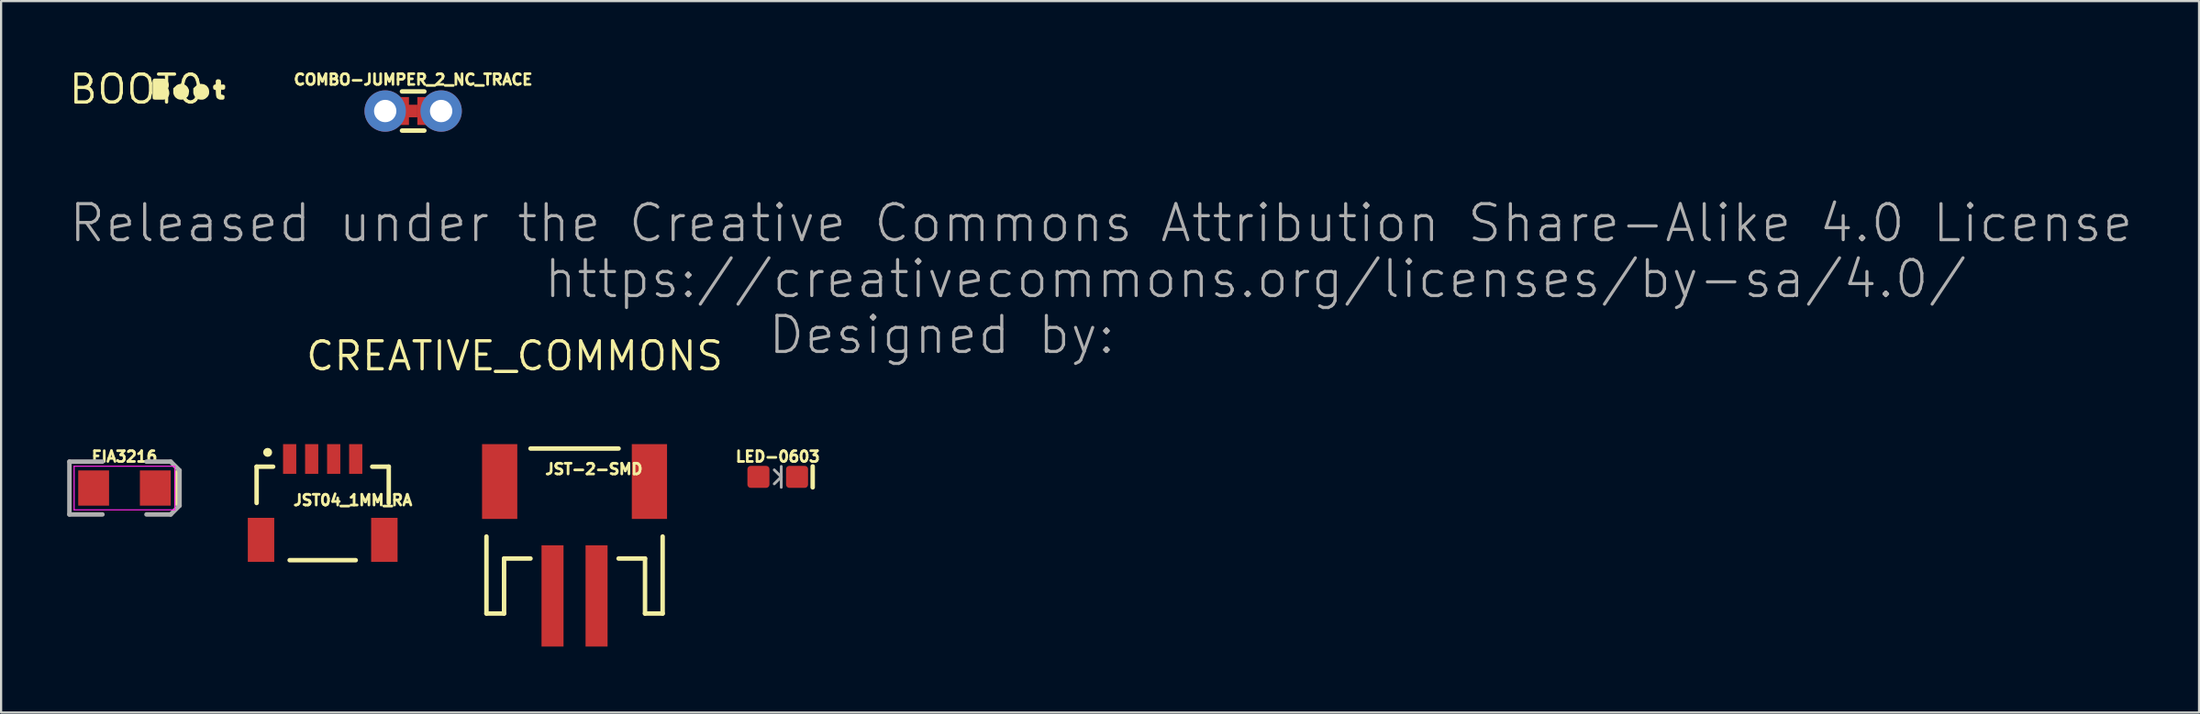
<source format=kicad_pcb>
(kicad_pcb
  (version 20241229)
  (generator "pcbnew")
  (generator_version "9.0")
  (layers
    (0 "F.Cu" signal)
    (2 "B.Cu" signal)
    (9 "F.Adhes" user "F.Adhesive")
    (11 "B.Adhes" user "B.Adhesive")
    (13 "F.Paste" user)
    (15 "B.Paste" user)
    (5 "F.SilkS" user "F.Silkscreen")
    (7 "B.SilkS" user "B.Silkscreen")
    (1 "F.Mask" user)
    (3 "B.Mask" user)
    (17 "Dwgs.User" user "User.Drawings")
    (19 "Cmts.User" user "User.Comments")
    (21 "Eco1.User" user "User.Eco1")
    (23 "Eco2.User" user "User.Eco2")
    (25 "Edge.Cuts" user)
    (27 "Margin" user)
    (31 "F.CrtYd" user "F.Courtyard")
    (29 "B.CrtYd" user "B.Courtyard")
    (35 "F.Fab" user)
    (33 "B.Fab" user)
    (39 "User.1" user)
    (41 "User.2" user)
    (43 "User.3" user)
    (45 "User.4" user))
  (footprint "JST04_1MM_RA"
    (layer "F.Cu")
    (at 11.603 17.811)
    (property "Reference" "JST04_1MM_RA" (at -1.397 2.159 0) (layer "F.SilkS") (effects (font (size 0.488 0.488) (thickness 0.122)) (justify left bottom)))
    (fp_line (start -3 0.35) (end -2.25 0.35) (stroke (width 0.203) (type solid)) (layer "F.SilkS"))
    (fp_line (start -3 2) (end -3 0.35) (stroke (width 0.203) (type solid)) (layer "F.SilkS"))
    (fp_line (start -1.5 4.6) (end 1.5 4.6) (stroke (width 0.203) (type solid)) (layer "F.SilkS"))
    (fp_line (start 2.25 0.35) (end 3 0.35) (stroke (width 0.203) (type solid)) (layer "F.SilkS"))
    (fp_line (start 3 0.35) (end 3 2) (stroke (width 0.203) (type solid)) (layer "F.SilkS"))
    (fp_circle (center -2.5 -0.3) (end -2.398 -0.3) (stroke (width 0.203) (type solid)) (fill no) (layer "F.SilkS"))
    (pad "1" smd rect (at -1.5 0) (size 0.6 1.35) (layers "F.Cu" "F.Mask" "F.Paste"))
    (pad "2" smd rect (at -0.5 0) (size 0.6 1.35) (layers "F.Cu" "F.Mask" "F.Paste"))
    (pad "3" smd rect (at 0.5 0) (size 0.6 1.35) (layers "F.Cu" "F.Mask" "F.Paste"))
    (pad "4" smd rect (at 1.5 0) (size 0.6 1.35) (layers "F.Cu" "F.Mask" "F.Paste"))
    (pad "NC1" smd rect (at 2.8 3.675) (size 1.2 2) (layers "F.Cu" "F.Mask" "F.Paste"))
    (pad "NC2" smd rect (at -2.8 3.675) (size 1.2 2) (layers "F.Cu" "F.Mask" "F.Paste")))
  (footprint "COMBO-JUMPER_2_NC_TRACE"
    (layer "F.Cu")
    (at 15.711 1.996)
    (property "Reference" "COMBO-JUMPER_2_NC_TRACE" (at 0 -1.143 0) (layer "F.SilkS") (effects (font (size 0.488 0.488) (thickness 0.122)) (justify bottom)))
    (fp_poly (pts (xy 0.191 0.286) (xy -0.705 0.286) (xy -0.705 -0.286) (xy 0.191 -0.286)) (stroke (width 0) (type solid)) (fill yes) (layer "F.Cu"))
    (fp_poly (pts (xy 0.254 0.343) (xy -0.254 0.343) (xy -0.254 -0.343) (xy 0.254 -0.343)) (stroke (width 0) (type solid)) (fill yes) (layer "F.Mask"))
    (fp_line (start 0.508 -0.889) (end -0.508 -0.889) (stroke (width 0.203) (type solid)) (layer "F.SilkS"))
    (fp_line (start 0.508 0.889) (end -0.508 0.889) (stroke (width 0.203) (type solid)) (layer "F.SilkS"))
    (fp_poly (pts (xy -1.524 0.254) (xy -1.016 0.254) (xy -1.016 -0.254) (xy -1.524 -0.254)) (stroke (width 0.1) (type solid)) (fill no) (layer "F.Fab"))
    (fp_poly (pts (xy 1.016 0.254) (xy 1.524 0.254) (xy 1.524 -0.254) (xy 1.016 -0.254)) (stroke (width 0.1) (type solid)) (fill no) (layer "F.Fab"))
    (pad "1" smd rect (at -0.508 0) (size 0.635 1.27) (layers "F.Cu" "F.Mask"))
    (pad "2" smd rect (at 0.508 0) (size 0.635 1.27) (layers "F.Cu" "F.Mask"))
    (pad "3" thru_hole circle (at -1.27 0 90) (size 1.88 1.88) (drill 1.016) (layers "*.Cu" "*.Mask"))
    (pad "4" thru_hole circle (at 1.27 0 90) (size 1.88 1.88) (drill 1.016) (layers "*.Cu" "*.Mask")))
  (footprint "JST-2-SMD"
    (layer "F.Cu")
    (at 23.039 20.336)
    (property "Reference" "JST-2-SMD" (at -1.397 -1.778 0) (layer "F.SilkS") (effects (font (size 0.488 0.488) (thickness 0.122)) (justify left bottom)))
    (fp_line (start -4 1) (end -4 4.5) (stroke (width 0.203) (type solid)) (layer "F.SilkS"))
    (fp_line (start -4 4.5) (end -3.2 4.5) (stroke (width 0.203) (type solid)) (layer "F.SilkS"))
    (fp_line (start -3.2 2) (end -2 2) (stroke (width 0.203) (type solid)) (layer "F.SilkS"))
    (fp_line (start -3.2 4.5) (end -3.2 2) (stroke (width 0.203) (type solid)) (layer "F.SilkS"))
    (fp_line (start 2 -3) (end -2 -3) (stroke (width 0.203) (type solid)) (layer "F.SilkS"))
    (fp_line (start 2 2) (end 3.2 2) (stroke (width 0.203) (type solid)) (layer "F.SilkS"))
    (fp_line (start 3.2 2) (end 3.2 4.5) (stroke (width 0.203) (type solid)) (layer "F.SilkS"))
    (fp_line (start 3.2 4.5) (end 4 4.5) (stroke (width 0.203) (type solid)) (layer "F.SilkS"))
    (fp_line (start 4 4.5) (end 4 1) (stroke (width 0.203) (type solid)) (layer "F.SilkS"))
    (pad "1" smd rect (at -1 3.7) (size 1 4.6) (layers "F.Cu" "F.Mask" "F.Paste"))
    (pad "2" smd rect (at 1 3.7) (size 1 4.6) (layers "F.Cu" "F.Mask" "F.Paste"))
    (pad "NC1" smd rect (at -3.4 -1.5 90) (size 3.4 1.6) (layers "F.Cu" "F.Mask" "F.Paste"))
    (pad "NC2" smd rect (at 3.4 -1.5 90) (size 3.4 1.6) (layers "F.Cu" "F.Mask" "F.Paste")))
  (footprint "LED-0603"
    (layer "F.Cu")
    (at 32.266 18.624)
    (property "Reference" "LED-0603" (at 0 -0.635 0) (layer "F.SilkS") (effects (font (size 0.488 0.488) (thickness 0.122)) (justify bottom)))
    (fp_line (start 1.587 -0.476) (end 1.587 0.476) (stroke (width 0.203) (type solid)) (layer "F.SilkS"))
    (fp_line (start 0.159 -0.476) (end 0.159 0) (stroke (width 0.127) (type solid)) (layer "F.Fab"))
    (fp_line (start 0.159 0) (end -0.159 -0.318) (stroke (width 0.127) (type solid)) (layer "F.Fab"))
    (fp_line (start 0.159 0) (end -0.159 0.318) (stroke (width 0.127) (type solid)) (layer "F.Fab"))
    (fp_line (start 0.159 0) (end 0.159 0.476) (stroke (width 0.127) (type solid)) (layer "F.Fab"))
    (pad "A" smd roundrect (at -0.877 0 270) (size 1 1) (layers "F.Cu" "F.Mask" "F.Paste") (roundrect_rratio 0.15))
    (pad "C" smd roundrect (at 0.877 0 270) (size 1 1) (layers "F.Cu" "F.Mask" "F.Paste") (roundrect_rratio 0.15)))
  (footprint "EIA3216"
    (layer "F.Cu")
    (at 2.602 19.132)
    (property "Reference" "EIA3216" (at 0 -1.143 0) (layer "F.SilkS") (effects (font (size 0.488 0.488) (thickness 0.122)) (justify bottom)))
    (fp_line (start 2.413 -0.762) (end 2.413 0.762) (stroke (width 0.203) (type solid)) (layer "F.SilkS"))
    (fp_line (start -2.286 -0.991) (end 2.286 -0.991) (stroke (width 0.051) (type solid)) (layer "F.CrtYd"))
    (fp_line (start -2.286 0.991) (end -2.286 -0.991) (stroke (width 0.051) (type solid)) (layer "F.CrtYd"))
    (fp_line (start 2.286 -0.991) (end 2.286 0.991) (stroke (width 0.051) (type solid)) (layer "F.CrtYd"))
    (fp_line (start 2.286 0.991) (end -2.286 0.991) (stroke (width 0.051) (type solid)) (layer "F.CrtYd"))
    (fp_line (start -2.5 -1.2) (end -1 -1.2) (stroke (width 0.203) (type solid)) (layer "F.Fab"))
    (fp_line (start -2.5 1.2) (end -2.5 -1.2) (stroke (width 0.203) (type solid)) (layer "F.Fab"))
    (fp_line (start -1 1.2) (end -2.5 1.2) (stroke (width 0.203) (type solid)) (layer "F.Fab"))
    (fp_line (start 1 1.2) (end 2.1 1.2) (stroke (width 0.203) (type solid)) (layer "F.Fab"))
    (fp_line (start 2.1 -1.2) (end 1 -1.2) (stroke (width 0.203) (type solid)) (layer "F.Fab"))
    (fp_line (start 2.1 1.2) (end 2.5 0.8) (stroke (width 0.203) (type solid)) (layer "F.Fab"))
    (fp_line (start 2.5 -0.8) (end 2.1 -1.2) (stroke (width 0.203) (type solid)) (layer "F.Fab"))
    (fp_line (start 2.5 0.8) (end 2.5 -0.8) (stroke (width 0.203) (type solid)) (layer "F.Fab"))
    (pad "+" smd rect (at 1.4 0 90) (size 1.6 1.4) (layers "F.Cu" "F.Mask" "F.Paste"))
    (pad "-" smd rect (at -1.4 0 90) (size 1.6 1.4) (layers "F.Cu" "F.Mask" "F.Paste")))
  (footprint "BOOT0"
    (layer "F.Cu")
    (at 3.152 1.006)
    (property "Reference" "BOOT0" (at 0 0 0) (layer "F.SilkS") (effects (font (size 1.27 1.27) (thickness 0.15))))
    (fp_poly (pts (xy 1.292 -0.465) (xy 1.343 -0.434) (xy 1.394 -0.383) (xy 1.435 -0.322) (xy 1.455 -0.261) (xy 1.465 -0.19) (xy 1.455 -0.118) (xy 1.425 -0.058) (xy 1.416 -0.031) (xy 1.454 0.018) (xy 1.475 0.079) (xy 1.485 0.15) (xy 1.485 0.221) (xy 1.465 0.292) (xy 1.434 0.353) (xy 1.383 0.404) (xy 1.332 0.444) (xy 1.271 0.465) (xy 1.2 0.475) (xy 0.86 0.475) (xy 0.778 0.465) (xy 0.735 0.433) (xy 0.725 0.36) (xy 0.725 -0.391) (xy 0.746 -0.453) (xy 0.799 -0.485) (xy 1.221 -0.485)) (stroke (width 0) (type solid)) (fill yes) (layer "F.SilkS"))
    (fp_poly (pts (xy 2.081 -0.235) (xy 2.152 -0.225) (xy 2.213 -0.194) (xy 2.263 -0.154) (xy 2.314 -0.103) (xy 2.375 0.018) (xy 2.385 0.09) (xy 2.375 0.161) (xy 2.365 0.231) (xy 2.345 0.292) (xy 2.304 0.353) (xy 2.253 0.394) (xy 2.193 0.434) (xy 2.132 0.465) (xy 2.06 0.475) (xy 2 0.475) (xy 1.929 0.465) (xy 1.872 0.446) (xy 1.872 0.447) (xy 1.868 0.445) (xy 1.863 0.443) (xy 1.863 0.442) (xy 1.807 0.404) (xy 1.756 0.363) (xy 1.716 0.303) (xy 1.685 0.242) (xy 1.665 0.171) (xy 1.665 -0.042) (xy 1.767 -0.134) (xy 1.817 -0.184) (xy 1.878 -0.215) (xy 1.939 -0.235) (xy 2.01 -0.245)) (stroke (width 0) (type solid)) (fill yes) (layer "F.SilkS"))
    (fp_poly (pts (xy 3.001 -0.235) (xy 3.062 -0.225) (xy 3.123 -0.194) (xy 3.183 -0.154) (xy 3.224 -0.103) (xy 3.265 -0.042) (xy 3.285 0.019) (xy 3.295 0.09) (xy 3.295 0.16) (xy 3.285 0.232) (xy 3.254 0.293) (xy 3.214 0.353) (xy 3.163 0.394) (xy 3.113 0.434) (xy 3.041 0.465) (xy 2.98 0.475) (xy 2.91 0.475) (xy 2.849 0.465) (xy 2.782 0.446) (xy 2.782 0.447) (xy 2.778 0.445) (xy 2.773 0.443) (xy 2.773 0.442) (xy 2.717 0.404) (xy 2.666 0.363) (xy 2.626 0.303) (xy 2.595 0.242) (xy 2.575 0.171) (xy 2.575 -0.042) (xy 2.677 -0.134) (xy 2.737 -0.184) (xy 2.798 -0.215) (xy 2.859 -0.235) (xy 2.93 -0.245)) (stroke (width 0) (type solid)) (fill yes) (layer "F.SilkS"))
    (fp_poly (pts (xy 3.772 -0.445) (xy 3.825 -0.403) (xy 3.835 -0.34) (xy 3.835 -0.206) (xy 3.9 -0.215) (xy 3.961 -0.215) (xy 4.015 -0.183) (xy 4.025 -0.11) (xy 4.015 -0.017) (xy 3.972 0.015) (xy 3.91 0.025) (xy 3.844 0.016) (xy 3.835 0.07) (xy 3.835 0.199) (xy 3.854 0.245) (xy 3.922 0.255) (xy 3.985 0.287) (xy 3.995 0.36) (xy 3.985 0.433) (xy 3.932 0.475) (xy 3.789 0.475) (xy 3.728 0.455) (xy 3.677 0.424) (xy 3.636 0.383) (xy 3.615 0.321) (xy 3.605 0.25) (xy 3.595 0.043) (xy 3.496 0.004) (xy 3.475 -0.059) (xy 3.475 -0.141) (xy 3.507 -0.194) (xy 3.567 -0.214) (xy 3.595 -0.242) (xy 3.595 -0.381) (xy 3.627 -0.434) (xy 3.689 -0.455)) (stroke (width 0) (type solid)) (fill yes) (layer "F.SilkS")))
  (footprint "CREATIVE_COMMONS"
    (layer "F.Cu")
    (at 20.32 13.13)
    (property "Reference" "CREATIVE_COMMONS" (at 0 0 0) (layer "F.SilkS") (effects (font (size 1.27 1.27) (thickness 0.15))))
    (fp_text user "Designed by:" (at 11.43 0 0) (layer "F.Fab") (effects (font (size 1.636 1.636) (thickness 0.142)) (justify left bottom)))
    (fp_text user " https://creativecommons.org/licenses/by-sa/4.0/" (at 0 -2.54 0) (layer "F.Fab") (effects (font (size 1.636 1.636) (thickness 0.142)) (justify left bottom)))
    (fp_text user "Released under the Creative Commons Attribution Share-Alike 4.0 License" (at -20.32 -5.08 0) (layer "F.Fab") (effects (font (size 1.636 1.636) (thickness 0.142)) (justify left bottom))))
  (gr_rect
    (start -3 -3)
    (end 96.805 29.336)
    (stroke (width 0.1) (type default))
    (fill no)
    (layer "Edge.Cuts")))
</source>
